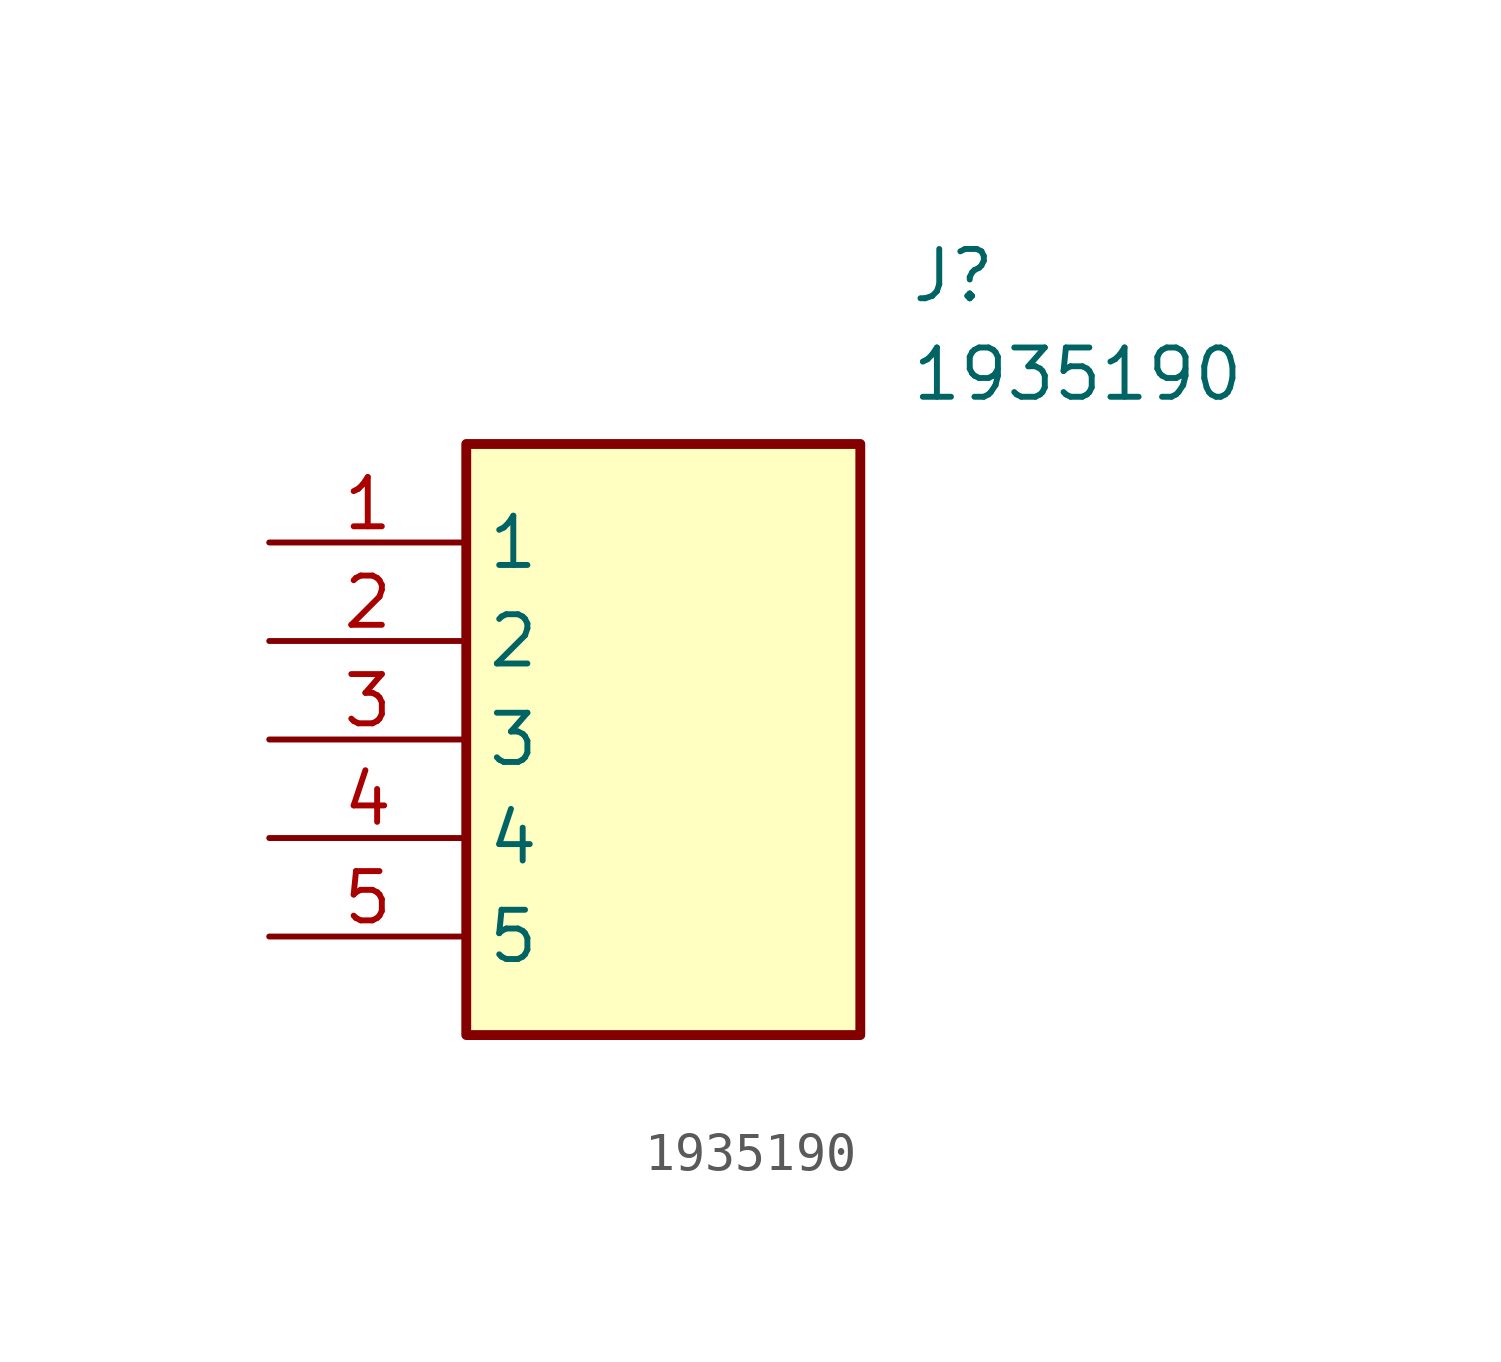
<source format=kicad_sym>
(kicad_symbol_lib
  (version 20211014)
  (generator SamacSys_ECAD_Model)
  (symbol "1935190"
    (property "Reference" "J"
      (at 16.51 7.62 0)
      (effects (font (size 1.27 1.27)) (justify left top)))
    (property "Value" "1935190"
      (at 16.51 5.08 0)
      (effects (font (size 1.27 1.27)) (justify left top)))
    (rectangle
      (start 5.08 2.54)
      (end 15.24 -12.7)
      (stroke (width 0.254) (type default))
      (fill (type background)))
    (pin passive line
      (at 0 0 0)
      (length 5.08)
      (name "1" (effects (font (size 1.27 1.27))))
      (number "1" (effects (font (size 1.27 1.27)))))
    (pin passive line
      (at 0 -2.54 0)
      (length 5.08)
      (name "2" (effects (font (size 1.27 1.27))))
      (number "2" (effects (font (size 1.27 1.27)))))
    (pin passive line
      (at 0 -5.08 0)
      (length 5.08)
      (name "3" (effects (font (size 1.27 1.27))))
      (number "3" (effects (font (size 1.27 1.27)))))
    (pin passive line
      (at 0 -7.62 0)
      (length 5.08)
      (name "4" (effects (font (size 1.27 1.27))))
      (number "4" (effects (font (size 1.27 1.27)))))
    (pin passive line
      (at 0 -10.16 0)
      (length 5.08)
      (name "5" (effects (font (size 1.27 1.27))))
      (number "5" (effects (font (size 1.27 1.27)))))))
</source>
